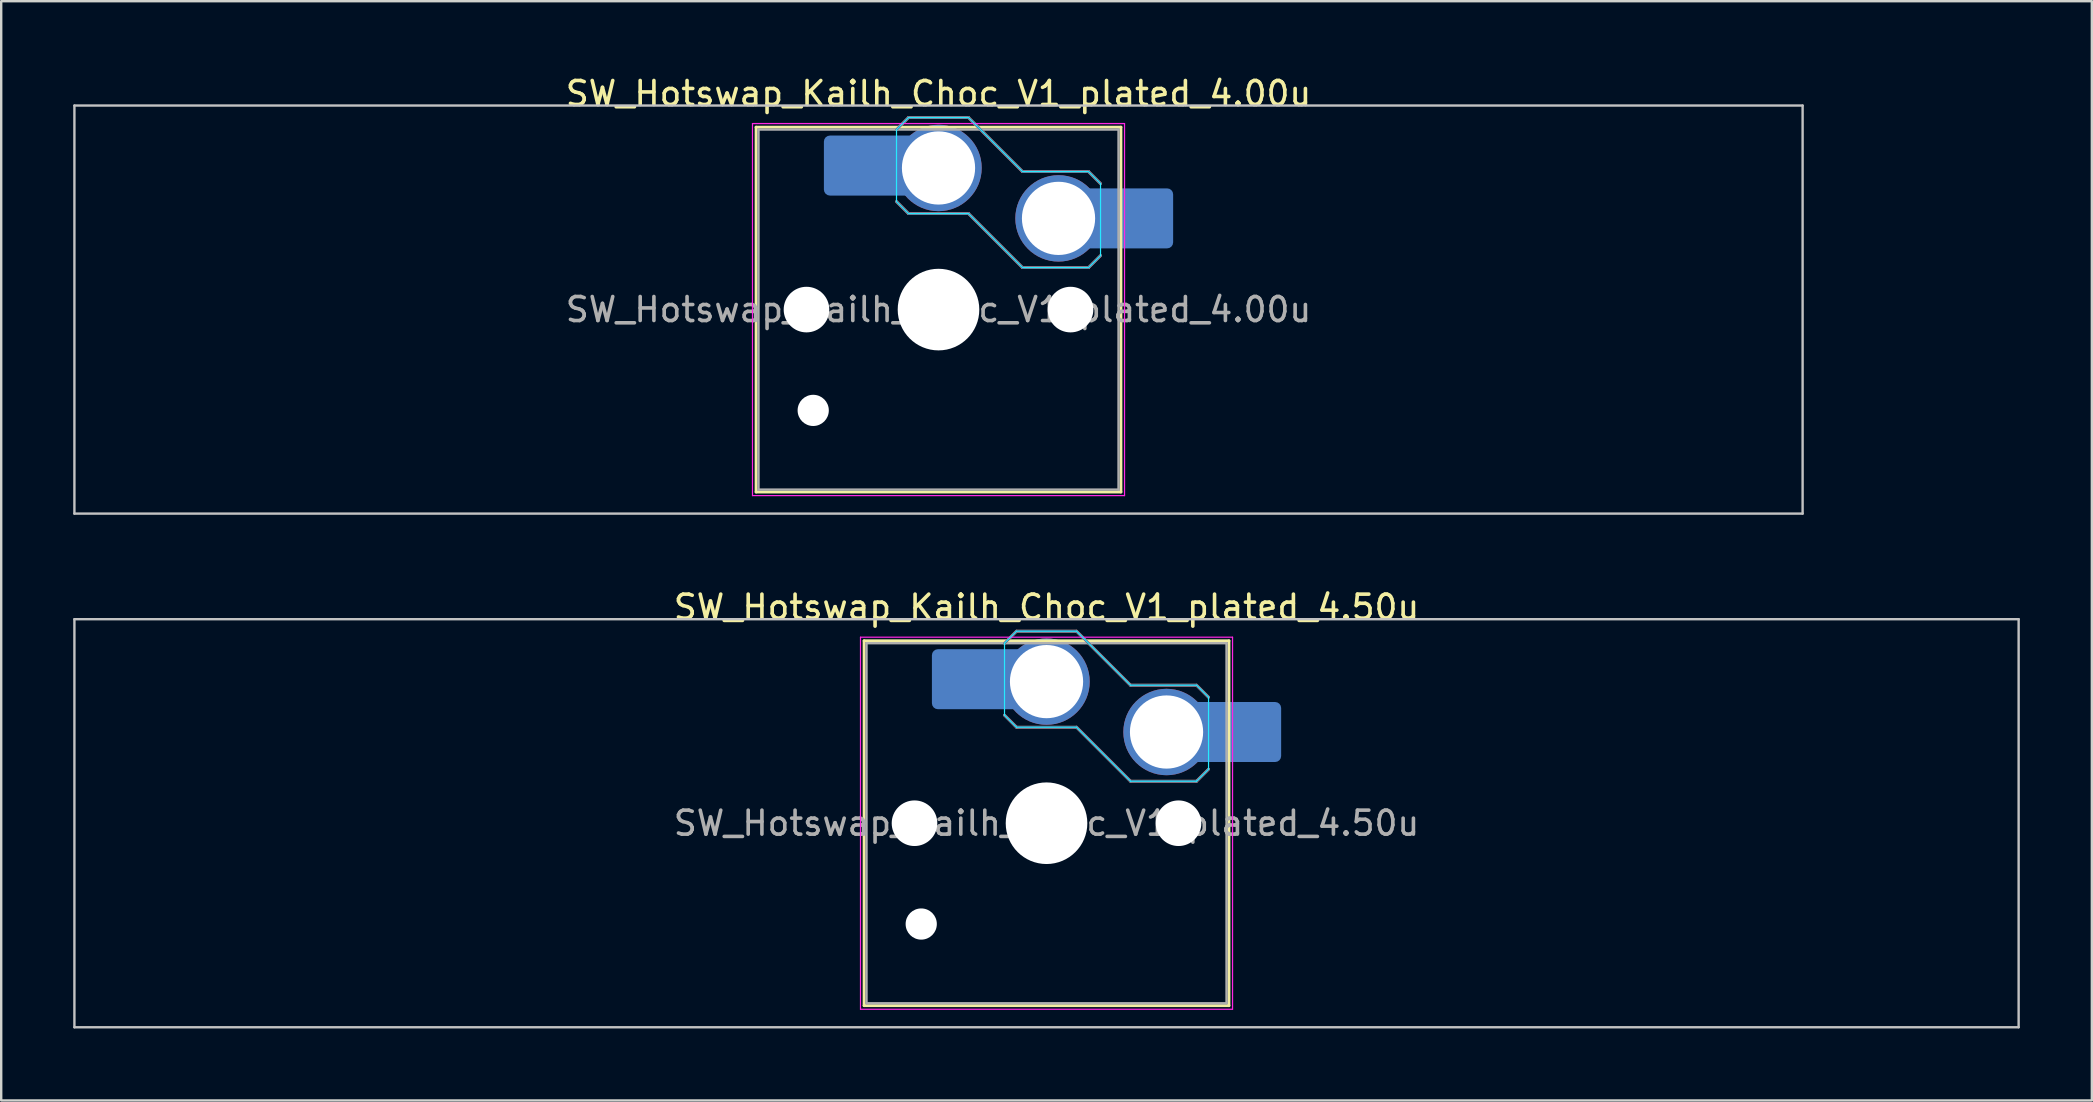
<source format=kicad_pcb>
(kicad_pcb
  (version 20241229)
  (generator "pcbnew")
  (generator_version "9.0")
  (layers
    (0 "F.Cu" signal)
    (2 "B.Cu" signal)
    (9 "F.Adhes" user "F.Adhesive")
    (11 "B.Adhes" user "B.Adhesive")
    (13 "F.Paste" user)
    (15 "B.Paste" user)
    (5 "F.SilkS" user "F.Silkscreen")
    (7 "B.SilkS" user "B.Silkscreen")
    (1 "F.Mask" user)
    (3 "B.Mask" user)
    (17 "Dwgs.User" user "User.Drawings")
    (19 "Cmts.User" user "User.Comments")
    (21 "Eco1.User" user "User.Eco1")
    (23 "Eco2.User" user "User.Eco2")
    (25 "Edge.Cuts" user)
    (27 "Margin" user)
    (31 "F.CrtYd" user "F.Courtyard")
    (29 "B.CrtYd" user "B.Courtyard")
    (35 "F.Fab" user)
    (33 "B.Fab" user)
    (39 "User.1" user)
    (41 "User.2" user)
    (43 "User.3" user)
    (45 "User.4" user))
  (footprint "SW_Hotswap_Kailh_Choc_V1_plated_4.50u"
    (layer "F.Cu")
    (at 40.55 31.247)
    (property "Reference" "SW_Hotswap_Kailh_Choc_V1_plated_4.50u" (at 0 -9 0) (layer "F.SilkS") (effects (font (size 1 1) (thickness 0.15))))
    (attr smd)
    (fp_line (start -7.6 -7.6) (end -7.6 7.6) (stroke (width 0.12) (type solid)) (layer "F.SilkS"))
    (fp_line (start -7.6 7.6) (end 7.6 7.6) (stroke (width 0.12) (type solid)) (layer "F.SilkS"))
    (fp_line (start 7.6 -7.6) (end -7.6 -7.6) (stroke (width 0.12) (type solid)) (layer "F.SilkS"))
    (fp_line (start 7.6 7.6) (end 7.6 -7.6) (stroke (width 0.12) (type solid)) (layer "F.SilkS"))
    (fp_line (start -1.75 -7.5) (end -1.25 -8) (stroke (width 0.12) (type solid)) (layer "B.SilkS"))
    (fp_line (start -1.25 -8) (end 1.25 -8) (stroke (width 0.12) (type solid)) (layer "B.SilkS"))
    (fp_line (start -1.25 -4) (end -1.75 -4.5) (stroke (width 0.12) (type solid)) (layer "B.SilkS"))
    (fp_line (start 1.25 -8) (end 3.5 -5.75) (stroke (width 0.12) (type solid)) (layer "B.SilkS"))
    (fp_line (start 1.25 -4) (end -1.25 -4) (stroke (width 0.12) (type solid)) (layer "B.SilkS"))
    (fp_line (start 3.5 -5.75) (end 6.25 -5.75) (stroke (width 0.12) (type solid)) (layer "B.SilkS"))
    (fp_line (start 3.5 -1.75) (end 1.25 -4) (stroke (width 0.12) (type solid)) (layer "B.SilkS"))
    (fp_line (start 6.25 -5.75) (end 6.75 -5.25) (stroke (width 0.12) (type solid)) (layer "B.SilkS"))
    (fp_line (start 6.25 -1.75) (end 3.5 -1.75) (stroke (width 0.12) (type solid)) (layer "B.SilkS"))
    (fp_line (start 6.75 -2.25) (end 6.25 -1.75) (stroke (width 0.12) (type solid)) (layer "B.SilkS"))
    (fp_line (start -40.5 -8.5) (end -40.5 8.5) (stroke (width 0.1) (type solid)) (layer "Dwgs.User"))
    (fp_line (start -40.5 8.5) (end 40.5 8.5) (stroke (width 0.1) (type solid)) (layer "Dwgs.User"))
    (fp_line (start 40.5 -8.5) (end -40.5 -8.5) (stroke (width 0.1) (type solid)) (layer "Dwgs.User"))
    (fp_line (start 40.5 8.5) (end 40.5 -8.5) (stroke (width 0.1) (type solid)) (layer "Dwgs.User"))
    (fp_line (start -7.25 -7.25) (end -7.25 7.25) (stroke (width 0.1) (type solid)) (layer "Eco1.User"))
    (fp_line (start -7.25 7.25) (end 7.25 7.25) (stroke (width 0.1) (type solid)) (layer "Eco1.User"))
    (fp_line (start 7.25 -7.25) (end -7.25 -7.25) (stroke (width 0.1) (type solid)) (layer "Eco1.User"))
    (fp_line (start 7.25 7.25) (end 7.25 -7.25) (stroke (width 0.1) (type solid)) (layer "Eco1.User"))
    (fp_line (start -1.75 -7.5) (end -1.25 -8) (stroke (width 0.05) (type solid)) (layer "B.CrtYd"))
    (fp_line (start -1.75 -4.5) (end -1.75 -7.5) (stroke (width 0.05) (type solid)) (layer "B.CrtYd"))
    (fp_line (start -1.25 -8) (end 1.25 -8) (stroke (width 0.05) (type solid)) (layer "B.CrtYd"))
    (fp_line (start -1.25 -4) (end -1.75 -4.5) (stroke (width 0.05) (type solid)) (layer "B.CrtYd"))
    (fp_line (start 1.25 -8) (end 3.5 -5.75) (stroke (width 0.05) (type solid)) (layer "B.CrtYd"))
    (fp_line (start 1.25 -4) (end -1.25 -4) (stroke (width 0.05) (type solid)) (layer "B.CrtYd"))
    (fp_line (start 3.5 -5.75) (end 6.25 -5.75) (stroke (width 0.05) (type solid)) (layer "B.CrtYd"))
    (fp_line (start 3.5 -1.75) (end 1.25 -4) (stroke (width 0.05) (type solid)) (layer "B.CrtYd"))
    (fp_line (start 6.25 -5.75) (end 6.75 -5.25) (stroke (width 0.05) (type solid)) (layer "B.CrtYd"))
    (fp_line (start 6.25 -1.75) (end 3.5 -1.75) (stroke (width 0.05) (type solid)) (layer "B.CrtYd"))
    (fp_line (start 6.75 -5.25) (end 6.75 -2.25) (stroke (width 0.05) (type solid)) (layer "B.CrtYd"))
    (fp_line (start 6.75 -2.25) (end 6.25 -1.75) (stroke (width 0.05) (type solid)) (layer "B.CrtYd"))
    (fp_line (start -7.75 -7.75) (end -7.75 7.75) (stroke (width 0.05) (type solid)) (layer "F.CrtYd"))
    (fp_line (start -7.75 7.75) (end 7.75 7.75) (stroke (width 0.05) (type solid)) (layer "F.CrtYd"))
    (fp_line (start 7.75 -7.75) (end -7.75 -7.75) (stroke (width 0.05) (type solid)) (layer "F.CrtYd"))
    (fp_line (start 7.75 7.75) (end 7.75 -7.75) (stroke (width 0.05) (type solid)) (layer "F.CrtYd"))
    (fp_line (start -1.75 -7.5) (end -1.25 -8) (stroke (width 0.1) (type solid)) (layer "B.Fab"))
    (fp_line (start -1.25 -8) (end 1.25 -8) (stroke (width 0.1) (type solid)) (layer "B.Fab"))
    (fp_line (start -1.25 -4) (end -1.75 -4.5) (stroke (width 0.1) (type solid)) (layer "B.Fab"))
    (fp_line (start 1.25 -8) (end 3.5 -5.75) (stroke (width 0.1) (type solid)) (layer "B.Fab"))
    (fp_line (start 1.25 -4) (end -1.25 -4) (stroke (width 0.1) (type solid)) (layer "B.Fab"))
    (fp_line (start 3.5 -5.75) (end 6.25 -5.75) (stroke (width 0.1) (type solid)) (layer "B.Fab"))
    (fp_line (start 3.5 -1.75) (end 1.25 -4) (stroke (width 0.1) (type solid)) (layer "B.Fab"))
    (fp_line (start 6.25 -5.75) (end 6.75 -5.25) (stroke (width 0.1) (type solid)) (layer "B.Fab"))
    (fp_line (start 6.25 -1.75) (end 3.5 -1.75) (stroke (width 0.1) (type solid)) (layer "B.Fab"))
    (fp_line (start 6.75 -2.25) (end 6.25 -1.75) (stroke (width 0.1) (type solid)) (layer "B.Fab"))
    (fp_line (start -7.5 -7.5) (end -7.5 7.5) (stroke (width 0.1) (type solid)) (layer "F.Fab"))
    (fp_line (start -7.5 7.5) (end 7.5 7.5) (stroke (width 0.1) (type solid)) (layer "F.Fab"))
    (fp_line (start 7.5 -7.5) (end -7.5 -7.5) (stroke (width 0.1) (type solid)) (layer "F.Fab"))
    (fp_line (start 7.5 7.5) (end 7.5 -7.5) (stroke (width 0.1) (type solid)) (layer "F.Fab"))
    (fp_text user "${REFERENCE}" (at 0 0 0) (layer "F.Fab") (effects (font (size 1 1) (thickness 0.15))))
    (pad "" np_thru_hole circle (at -5.5 0) (size 1.9 1.9) (drill 1.9) (layers "*.Cu" "*.Mask"))
    (pad "" np_thru_hole circle (at -5.22 4.2) (size 1.3 1.3) (drill 1.3) (layers "*.Cu" "*.Mask"))
    (pad "" smd roundrect (at -3.5 -6) (size 2.55 2.5) (layers "B.Mask" "B.Paste") (roundrect_rratio 0.1))
    (pad "" np_thru_hole circle (at 0 0) (size 3.4 3.4) (drill 3.4) (layers "*.Cu" "*.Mask"))
    (pad "" np_thru_hole circle (at 5.5 0) (size 1.9 1.9) (drill 1.9) (layers "*.Cu" "*.Mask"))
    (pad "" smd roundrect (at 8.5 -3.8) (size 2.55 2.5) (layers "B.Mask" "B.Paste") (roundrect_rratio 0.1))
    (pad "1" smd roundrect (at -2.85 -6) (size 3.85 2.5) (layers "B.Cu") (roundrect_rratio 0.1))
    (pad "1" thru_hole circle (at 0 -5.9) (size 3.6 3.6) (drill 3.05) (layers "*.Cu" "B.Mask"))
    (pad "2" thru_hole circle (at 5 -3.8) (size 3.6 3.6) (drill 3.05) (layers "*.Cu" "B.Mask"))
    (pad "2" smd roundrect (at 7.85 -3.8) (size 3.85 2.5) (layers "B.Cu") (roundrect_rratio 0.1)))
  (footprint "SW_Hotswap_Kailh_Choc_V1_plated_4.00u"
    (layer "F.Cu")
    (at 36.05 9.848)
    (property "Reference" "SW_Hotswap_Kailh_Choc_V1_plated_4.00u" (at 0 -9 0) (layer "F.SilkS") (effects (font (size 1 1) (thickness 0.15))))
    (attr smd)
    (fp_line (start -7.6 -7.6) (end -7.6 7.6) (stroke (width 0.12) (type solid)) (layer "F.SilkS"))
    (fp_line (start -7.6 7.6) (end 7.6 7.6) (stroke (width 0.12) (type solid)) (layer "F.SilkS"))
    (fp_line (start 7.6 -7.6) (end -7.6 -7.6) (stroke (width 0.12) (type solid)) (layer "F.SilkS"))
    (fp_line (start 7.6 7.6) (end 7.6 -7.6) (stroke (width 0.12) (type solid)) (layer "F.SilkS"))
    (fp_line (start -1.75 -7.5) (end -1.25 -8) (stroke (width 0.12) (type solid)) (layer "B.SilkS"))
    (fp_line (start -1.25 -8) (end 1.25 -8) (stroke (width 0.12) (type solid)) (layer "B.SilkS"))
    (fp_line (start -1.25 -4) (end -1.75 -4.5) (stroke (width 0.12) (type solid)) (layer "B.SilkS"))
    (fp_line (start 1.25 -8) (end 3.5 -5.75) (stroke (width 0.12) (type solid)) (layer "B.SilkS"))
    (fp_line (start 1.25 -4) (end -1.25 -4) (stroke (width 0.12) (type solid)) (layer "B.SilkS"))
    (fp_line (start 3.5 -5.75) (end 6.25 -5.75) (stroke (width 0.12) (type solid)) (layer "B.SilkS"))
    (fp_line (start 3.5 -1.75) (end 1.25 -4) (stroke (width 0.12) (type solid)) (layer "B.SilkS"))
    (fp_line (start 6.25 -5.75) (end 6.75 -5.25) (stroke (width 0.12) (type solid)) (layer "B.SilkS"))
    (fp_line (start 6.25 -1.75) (end 3.5 -1.75) (stroke (width 0.12) (type solid)) (layer "B.SilkS"))
    (fp_line (start 6.75 -2.25) (end 6.25 -1.75) (stroke (width 0.12) (type solid)) (layer "B.SilkS"))
    (fp_line (start -36 -8.5) (end -36 8.5) (stroke (width 0.1) (type solid)) (layer "Dwgs.User"))
    (fp_line (start -36 8.5) (end 36 8.5) (stroke (width 0.1) (type solid)) (layer "Dwgs.User"))
    (fp_line (start 36 -8.5) (end -36 -8.5) (stroke (width 0.1) (type solid)) (layer "Dwgs.User"))
    (fp_line (start 36 8.5) (end 36 -8.5) (stroke (width 0.1) (type solid)) (layer "Dwgs.User"))
    (fp_line (start -7.25 -7.25) (end -7.25 7.25) (stroke (width 0.1) (type solid)) (layer "Eco1.User"))
    (fp_line (start -7.25 7.25) (end 7.25 7.25) (stroke (width 0.1) (type solid)) (layer "Eco1.User"))
    (fp_line (start 7.25 -7.25) (end -7.25 -7.25) (stroke (width 0.1) (type solid)) (layer "Eco1.User"))
    (fp_line (start 7.25 7.25) (end 7.25 -7.25) (stroke (width 0.1) (type solid)) (layer "Eco1.User"))
    (fp_line (start -1.75 -7.5) (end -1.25 -8) (stroke (width 0.05) (type solid)) (layer "B.CrtYd"))
    (fp_line (start -1.75 -4.5) (end -1.75 -7.5) (stroke (width 0.05) (type solid)) (layer "B.CrtYd"))
    (fp_line (start -1.25 -8) (end 1.25 -8) (stroke (width 0.05) (type solid)) (layer "B.CrtYd"))
    (fp_line (start -1.25 -4) (end -1.75 -4.5) (stroke (width 0.05) (type solid)) (layer "B.CrtYd"))
    (fp_line (start 1.25 -8) (end 3.5 -5.75) (stroke (width 0.05) (type solid)) (layer "B.CrtYd"))
    (fp_line (start 1.25 -4) (end -1.25 -4) (stroke (width 0.05) (type solid)) (layer "B.CrtYd"))
    (fp_line (start 3.5 -5.75) (end 6.25 -5.75) (stroke (width 0.05) (type solid)) (layer "B.CrtYd"))
    (fp_line (start 3.5 -1.75) (end 1.25 -4) (stroke (width 0.05) (type solid)) (layer "B.CrtYd"))
    (fp_line (start 6.25 -5.75) (end 6.75 -5.25) (stroke (width 0.05) (type solid)) (layer "B.CrtYd"))
    (fp_line (start 6.25 -1.75) (end 3.5 -1.75) (stroke (width 0.05) (type solid)) (layer "B.CrtYd"))
    (fp_line (start 6.75 -5.25) (end 6.75 -2.25) (stroke (width 0.05) (type solid)) (layer "B.CrtYd"))
    (fp_line (start 6.75 -2.25) (end 6.25 -1.75) (stroke (width 0.05) (type solid)) (layer "B.CrtYd"))
    (fp_line (start -7.75 -7.75) (end -7.75 7.75) (stroke (width 0.05) (type solid)) (layer "F.CrtYd"))
    (fp_line (start -7.75 7.75) (end 7.75 7.75) (stroke (width 0.05) (type solid)) (layer "F.CrtYd"))
    (fp_line (start 7.75 -7.75) (end -7.75 -7.75) (stroke (width 0.05) (type solid)) (layer "F.CrtYd"))
    (fp_line (start 7.75 7.75) (end 7.75 -7.75) (stroke (width 0.05) (type solid)) (layer "F.CrtYd"))
    (fp_line (start -1.75 -7.5) (end -1.25 -8) (stroke (width 0.1) (type solid)) (layer "B.Fab"))
    (fp_line (start -1.25 -8) (end 1.25 -8) (stroke (width 0.1) (type solid)) (layer "B.Fab"))
    (fp_line (start -1.25 -4) (end -1.75 -4.5) (stroke (width 0.1) (type solid)) (layer "B.Fab"))
    (fp_line (start 1.25 -8) (end 3.5 -5.75) (stroke (width 0.1) (type solid)) (layer "B.Fab"))
    (fp_line (start 1.25 -4) (end -1.25 -4) (stroke (width 0.1) (type solid)) (layer "B.Fab"))
    (fp_line (start 3.5 -5.75) (end 6.25 -5.75) (stroke (width 0.1) (type solid)) (layer "B.Fab"))
    (fp_line (start 3.5 -1.75) (end 1.25 -4) (stroke (width 0.1) (type solid)) (layer "B.Fab"))
    (fp_line (start 6.25 -5.75) (end 6.75 -5.25) (stroke (width 0.1) (type solid)) (layer "B.Fab"))
    (fp_line (start 6.25 -1.75) (end 3.5 -1.75) (stroke (width 0.1) (type solid)) (layer "B.Fab"))
    (fp_line (start 6.75 -2.25) (end 6.25 -1.75) (stroke (width 0.1) (type solid)) (layer "B.Fab"))
    (fp_line (start -7.5 -7.5) (end -7.5 7.5) (stroke (width 0.1) (type solid)) (layer "F.Fab"))
    (fp_line (start -7.5 7.5) (end 7.5 7.5) (stroke (width 0.1) (type solid)) (layer "F.Fab"))
    (fp_line (start 7.5 -7.5) (end -7.5 -7.5) (stroke (width 0.1) (type solid)) (layer "F.Fab"))
    (fp_line (start 7.5 7.5) (end 7.5 -7.5) (stroke (width 0.1) (type solid)) (layer "F.Fab"))
    (fp_text user "${REFERENCE}" (at 0 0 0) (layer "F.Fab") (effects (font (size 1 1) (thickness 0.15))))
    (pad "" np_thru_hole circle (at -5.5 0) (size 1.9 1.9) (drill 1.9) (layers "*.Cu" "*.Mask"))
    (pad "" np_thru_hole circle (at -5.22 4.2) (size 1.3 1.3) (drill 1.3) (layers "*.Cu" "*.Mask"))
    (pad "" smd roundrect (at -3.5 -6) (size 2.55 2.5) (layers "B.Mask" "B.Paste") (roundrect_rratio 0.1))
    (pad "" np_thru_hole circle (at 0 0) (size 3.4 3.4) (drill 3.4) (layers "*.Cu" "*.Mask"))
    (pad "" np_thru_hole circle (at 5.5 0) (size 1.9 1.9) (drill 1.9) (layers "*.Cu" "*.Mask"))
    (pad "" smd roundrect (at 8.5 -3.8) (size 2.55 2.5) (layers "B.Mask" "B.Paste") (roundrect_rratio 0.1))
    (pad "1" smd roundrect (at -2.85 -6) (size 3.85 2.5) (layers "B.Cu") (roundrect_rratio 0.1))
    (pad "1" thru_hole circle (at 0 -5.9) (size 3.6 3.6) (drill 3.05) (layers "*.Cu" "B.Mask"))
    (pad "2" thru_hole circle (at 5 -3.8) (size 3.6 3.6) (drill 3.05) (layers "*.Cu" "B.Mask"))
    (pad "2" smd roundrect (at 7.85 -3.8) (size 3.85 2.5) (layers "B.Cu") (roundrect_rratio 0.1)))
  (gr_rect
    (start -3 -3)
    (end 84.1 42.797)
    (stroke (width 0.1) (type default))
    (fill no)
    (layer "Edge.Cuts")))
</source>
